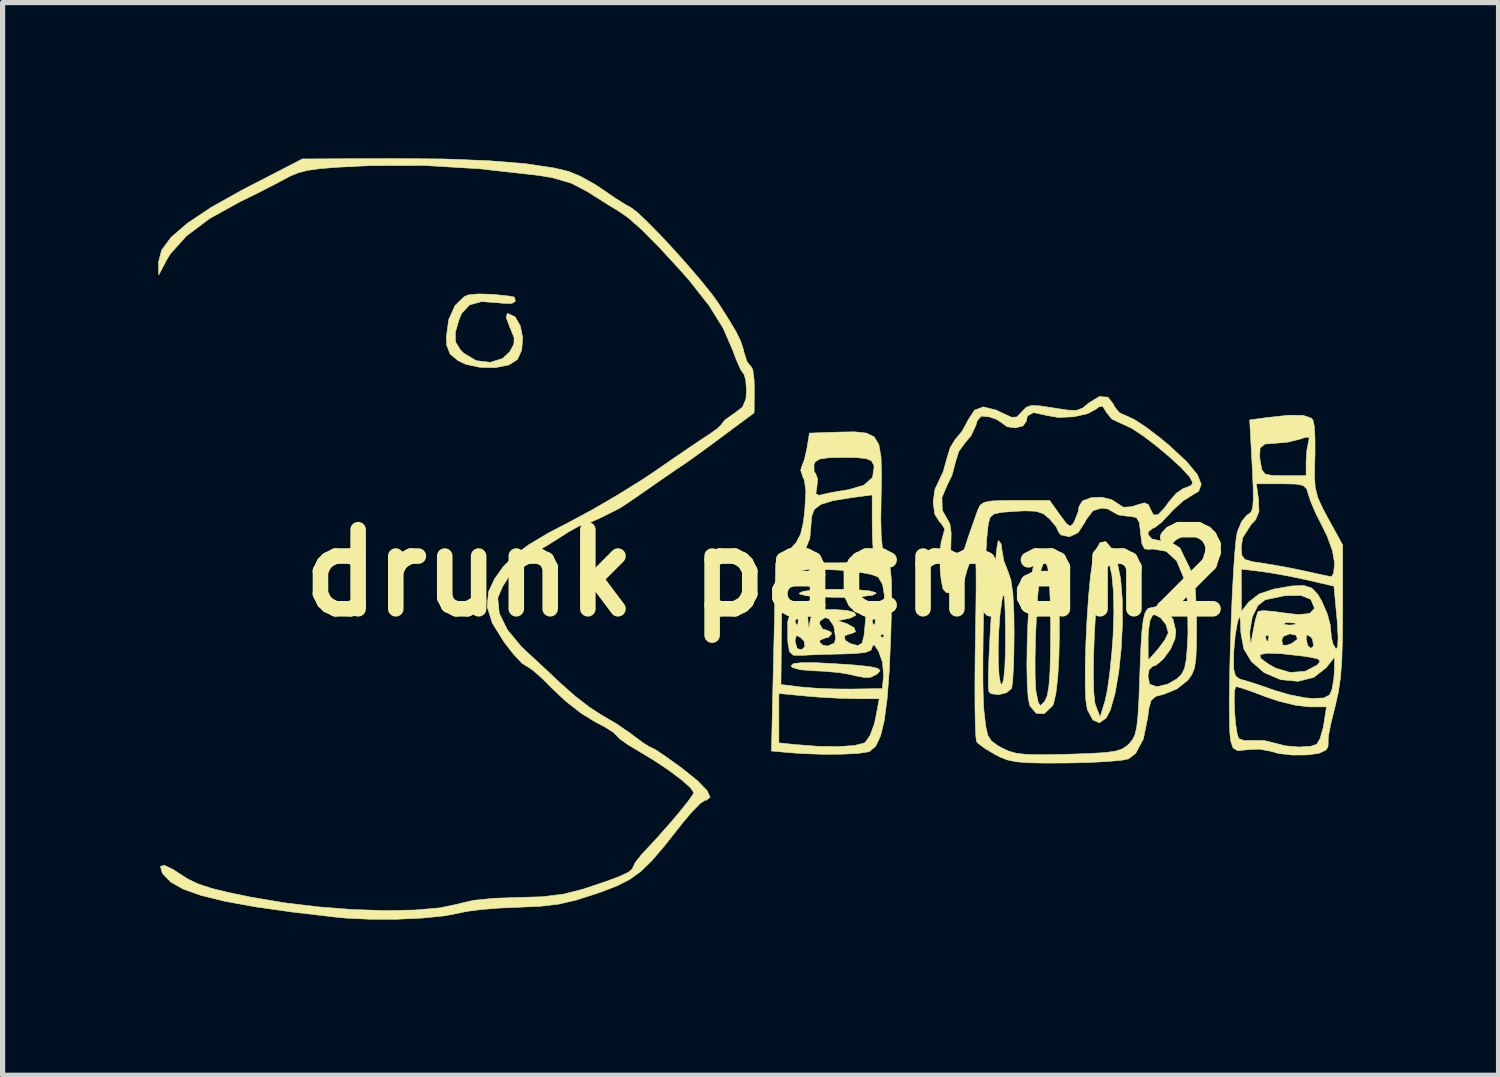
<source format=kicad_pcb>
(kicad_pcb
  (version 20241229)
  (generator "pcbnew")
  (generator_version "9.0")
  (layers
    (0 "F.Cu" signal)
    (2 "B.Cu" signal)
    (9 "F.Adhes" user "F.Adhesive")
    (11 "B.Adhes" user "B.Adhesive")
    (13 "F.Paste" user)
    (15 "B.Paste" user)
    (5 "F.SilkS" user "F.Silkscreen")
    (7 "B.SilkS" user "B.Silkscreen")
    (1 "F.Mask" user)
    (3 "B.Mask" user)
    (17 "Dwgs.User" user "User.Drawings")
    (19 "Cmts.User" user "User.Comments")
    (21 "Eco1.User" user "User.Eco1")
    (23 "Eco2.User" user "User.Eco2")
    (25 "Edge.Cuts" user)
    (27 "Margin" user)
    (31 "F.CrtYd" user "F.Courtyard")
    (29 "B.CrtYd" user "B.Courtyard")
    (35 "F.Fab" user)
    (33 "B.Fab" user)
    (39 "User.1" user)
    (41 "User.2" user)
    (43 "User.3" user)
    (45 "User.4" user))
  (footprint "drunk pacman2"
    (layer "F.Cu")
    (at 11.725 7.992)
    (property "Reference" "drunk pacman2" (at 0 0 0) (layer "F.SilkS") (effects (font (size 1.524 1.524) (thickness 0.3))))
    (attr through_hole)
    (fp_poly (pts (xy 1.718 0.32) (xy 1.969 0.342) (xy 2.098 0.375) (xy 2.11 0.391) (xy 2.036 0.428) (xy 1.83 0.454) (xy 1.516 0.468) (xy 1.368 0.469) (xy 1.017 0.461) (xy 0.766 0.439) (xy 0.637 0.406) (xy 0.625 0.391) (xy 0.699 0.354) (xy 0.905 0.327) (xy 1.22 0.314) (xy 1.368 0.313) (xy 1.718 0.32)) (stroke (width 0.01) (type solid)) (fill yes) (layer "F.SilkS"))
    (fp_poly (pts (xy 0.96 1.729) (xy 1.303 1.747) (xy 1.717 1.775) (xy 1.991 1.804) (xy 2.142 1.838) (xy 2.185 1.881) (xy 2.138 1.937) (xy 2.108 1.957) (xy 2.006 2.008) (xy 1.891 2.015) (xy 1.706 1.98) (xy 1.602 1.954) (xy 1.39 1.918) (xy 1.101 1.893) (xy 0.918 1.885) (xy 0.642 1.864) (xy 0.492 1.819) (xy 0.469 1.786) (xy 0.518 1.745) (xy 0.676 1.727) (xy 0.96 1.729)) (stroke (width 0.01) (type solid)) (fill yes) (layer "F.SilkS"))
    (fp_poly (pts (xy -5.28 -5.37) (xy -4.99 -5.34) (xy -4.865 -5.318) (xy -4.846 -5.253) (xy -4.846 -5.235) (xy -4.915 -5.193) (xy -5.106 -5.199) (xy -5.154 -5.206) (xy -5.496 -5.23) (xy -5.728 -5.166) (xy -5.878 -5.004) (xy -5.923 -4.901) (xy -6.001 -4.636) (xy -5.997 -4.453) (xy -5.903 -4.3) (xy -5.837 -4.234) (xy -5.597 -4.092) (xy -5.33 -4.059) (xy -5.089 -4.134) (xy -4.952 -4.264) (xy -4.872 -4.41) (xy -4.868 -4.534) (xy -4.94 -4.714) (xy -4.949 -4.733) (xy -5.021 -4.925) (xy -4.999 -5.001) (xy -4.99 -5.002) (xy -4.847 -4.934) (xy -4.748 -4.761) (xy -4.703 -4.532) (xy -4.722 -4.296) (xy -4.803 -4.115) (xy -4.968 -4.01) (xy -5.226 -3.958) (xy -5.521 -3.962) (xy -5.802 -4.023) (xy -5.946 -4.091) (xy -6.102 -4.221) (xy -6.166 -4.385) (xy -6.174 -4.544) (xy -6.129 -4.88) (xy -6.007 -5.153) (xy -5.828 -5.327) (xy -5.746 -5.36) (xy -5.555 -5.378) (xy -5.28 -5.37)) (stroke (width 0.01) (type solid)) (fill yes) (layer "F.SilkS"))
    (fp_poly (pts (xy 4.517 -0.559) (xy 4.533 -0.439) (xy 4.569 -0.234) (xy 4.65 -0.028) (xy 4.706 0.138) (xy 4.743 0.395) (xy 4.763 0.767) (xy 4.767 1.146) (xy 4.763 1.526) (xy 4.753 1.855) (xy 4.738 2.099) (xy 4.72 2.221) (xy 4.623 2.306) (xy 4.466 2.345) (xy 4.324 2.326) (xy 4.28 2.286) (xy 4.27 2.182) (xy 4.272 1.957) (xy 4.282 1.642) (xy 4.292 1.444) (xy 4.461 1.444) (xy 4.464 1.741) (xy 4.478 1.98) (xy 4.504 2.124) (xy 4.533 2.149) (xy 4.565 2.053) (xy 4.588 1.825) (xy 4.6 1.491) (xy 4.601 1.148) (xy 4.595 0.764) (xy 4.586 0.526) (xy 4.571 0.423) (xy 4.551 0.444) (xy 4.529 0.547) (xy 4.494 0.812) (xy 4.472 1.123) (xy 4.461 1.444) (xy 4.292 1.444) (xy 4.3 1.266) (xy 4.324 0.859) (xy 4.351 0.45) (xy 4.381 0.068) (xy 4.41 -0.256) (xy 4.437 -0.494) (xy 4.46 -0.616) (xy 4.467 -0.625) (xy 4.517 -0.559)) (stroke (width 0.01) (type solid)) (fill yes) (layer "F.SilkS"))
    (fp_poly (pts (xy 6.645 -0.475) (xy 6.756 -0.2) (xy 6.82 0.116) (xy 6.852 0.523) (xy 6.855 0.983) (xy 6.83 1.461) (xy 6.782 1.921) (xy 6.711 2.325) (xy 6.622 2.638) (xy 6.541 2.794) (xy 6.411 2.887) (xy 6.285 2.832) (xy 6.179 2.634) (xy 6.176 2.624) (xy 6.149 2.447) (xy 6.137 2.148) (xy 6.138 2.007) (xy 6.295 2.007) (xy 6.303 2.308) (xy 6.324 2.506) (xy 6.335 2.545) (xy 6.425 2.774) (xy 6.522 2.456) (xy 6.566 2.248) (xy 6.61 1.93) (xy 6.649 1.549) (xy 6.673 1.226) (xy 6.689 0.762) (xy 6.681 0.36) (xy 6.651 0.04) (xy 6.602 -0.178) (xy 6.536 -0.275) (xy 6.477 -0.256) (xy 6.437 -0.142) (xy 6.399 0.095) (xy 6.364 0.424) (xy 6.335 0.812) (xy 6.312 1.226) (xy 6.298 1.636) (xy 6.295 2.007) (xy 6.138 2.007) (xy 6.138 1.764) (xy 6.151 1.327) (xy 6.173 0.874) (xy 6.203 0.438) (xy 6.24 0.053) (xy 6.282 -0.244) (xy 6.322 -0.41) (xy 6.424 -0.586) (xy 6.533 -0.607) (xy 6.645 -0.475)) (stroke (width 0.01) (type solid)) (fill yes) (layer "F.SilkS"))
    (fp_poly (pts (xy 5.475 -0.374) (xy 5.504 -0.346) (xy 5.556 -0.216) (xy 5.595 0.037) (xy 5.622 0.381) (xy 5.637 0.783) (xy 5.639 1.21) (xy 5.63 1.63) (xy 5.608 2.009) (xy 5.573 2.316) (xy 5.527 2.518) (xy 5.505 2.562) (xy 5.347 2.711) (xy 5.196 2.706) (xy 5.072 2.563) (xy 5.039 2.417) (xy 5.02 2.149) (xy 5.013 1.795) (xy 5.015 1.638) (xy 5.171 1.638) (xy 5.172 1.987) (xy 5.184 2.24) (xy 5.193 2.31) (xy 5.234 2.499) (xy 5.274 2.554) (xy 5.336 2.498) (xy 5.361 2.465) (xy 5.406 2.363) (xy 5.437 2.183) (xy 5.458 1.906) (xy 5.468 1.511) (xy 5.471 1.084) (xy 5.464 0.552) (xy 5.446 0.156) (xy 5.416 -0.101) (xy 5.376 -0.214) (xy 5.326 -0.178) (xy 5.284 -0.058) (xy 5.251 0.136) (xy 5.222 0.445) (xy 5.198 0.826) (xy 5.18 1.238) (xy 5.171 1.638) (xy 5.015 1.638) (xy 5.018 1.387) (xy 5.033 0.961) (xy 5.057 0.55) (xy 5.09 0.189) (xy 5.129 -0.087) (xy 5.161 -0.215) (xy 5.25 -0.408) (xy 5.346 -0.458) (xy 5.475 -0.374)) (stroke (width 0.01) (type solid)) (fill yes) (layer "F.SilkS"))
    (fp_poly (pts (xy -6.228 -7.979) (xy -5.371 -7.946) (xy -4.661 -7.889) (xy -4.101 -7.806) (xy -3.815 -7.738) (xy -3.587 -7.643) (xy -3.314 -7.491) (xy -3.151 -7.383) (xy -2.918 -7.223) (xy -2.715 -7.095) (xy -2.618 -7.043) (xy -2.499 -6.954) (xy -2.305 -6.771) (xy -2.059 -6.521) (xy -1.787 -6.229) (xy -1.513 -5.922) (xy -1.261 -5.627) (xy -1.054 -5.37) (xy -0.93 -5.197) (xy -0.727 -4.878) (xy -0.593 -4.654) (xy -0.51 -4.487) (xy -0.46 -4.344) (xy -0.434 -4.239) (xy -0.377 -4.067) (xy -0.312 -3.987) (xy -0.306 -3.986) (xy -0.268 -3.915) (xy -0.244 -3.732) (xy -0.239 -3.536) (xy -0.243 -3.087) (xy -0.874 -2.618) (xy -1.155 -2.41) (xy -1.4 -2.233) (xy -1.574 -2.109) (xy -1.631 -2.071) (xy -1.755 -1.989) (xy -1.963 -1.846) (xy -2.216 -1.67) (xy -2.257 -1.641) (xy -2.506 -1.468) (xy -2.71 -1.329) (xy -2.832 -1.25) (xy -2.843 -1.244) (xy -3.189 -1.07) (xy -3.414 -0.97) (xy -3.53 -0.938) (xy -3.631 -0.897) (xy -3.819 -0.792) (xy -4.02 -0.664) (xy -4.247 -0.521) (xy -4.429 -0.422) (xy -4.515 -0.391) (xy -4.633 -0.328) (xy -4.79 -0.169) (xy -4.953 0.043) (xy -5.093 0.267) (xy -5.175 0.46) (xy -5.182 0.493) (xy -5.154 0.776) (xy -4.998 1.094) (xy -4.728 1.42) (xy -4.637 1.507) (xy -4.471 1.659) (xy -4.239 1.875) (xy -3.987 2.112) (xy -3.958 2.139) (xy -3.691 2.374) (xy -3.417 2.586) (xy -3.192 2.732) (xy -3.176 2.741) (xy -2.897 2.905) (xy -2.618 3.096) (xy -2.568 3.135) (xy -2.388 3.269) (xy -2.258 3.35) (xy -2.229 3.361) (xy -2.145 3.404) (xy -1.97 3.521) (xy -1.734 3.689) (xy -1.634 3.762) (xy -1.331 4.006) (xy -1.148 4.195) (xy -1.091 4.321) (xy -1.165 4.379) (xy -1.192 4.381) (xy -1.283 4.441) (xy -1.437 4.597) (xy -1.623 4.817) (xy -1.664 4.87) (xy -1.971 5.259) (xy -2.216 5.545) (xy -2.429 5.752) (xy -2.64 5.904) (xy -2.877 6.025) (xy -3.172 6.14) (xy -3.283 6.178) (xy -3.676 6.304) (xy -4.015 6.382) (xy -4.369 6.423) (xy -4.789 6.441) (xy -5.164 6.457) (xy -5.514 6.486) (xy -5.787 6.522) (xy -5.887 6.544) (xy -6.204 6.606) (xy -6.631 6.649) (xy -7.122 6.672) (xy -7.631 6.673) (xy -8.112 6.65) (xy -8.284 6.634) (xy -9.147 6.533) (xy -9.864 6.431) (xy -10.446 6.325) (xy -10.903 6.212) (xy -11.246 6.09) (xy -11.485 5.955) (xy -11.631 5.806) (xy -11.65 5.774) (xy -11.683 5.654) (xy -11.609 5.632) (xy -11.443 5.71) (xy -11.335 5.781) (xy -11.153 5.898) (xy -10.954 5.992) (xy -10.705 6.075) (xy -10.368 6.157) (xy -9.939 6.246) (xy -9.3 6.354) (xy -8.635 6.434) (xy -7.973 6.485) (xy -7.342 6.505) (xy -6.774 6.494) (xy -6.296 6.452) (xy -5.94 6.377) (xy -5.914 6.368) (xy -5.643 6.307) (xy -5.258 6.268) (xy -4.812 6.253) (xy -4.318 6.238) (xy -3.918 6.188) (xy -3.552 6.095) (xy -3.522 6.086) (xy -3.112 5.949) (xy -2.832 5.845) (xy -2.664 5.765) (xy -2.588 5.701) (xy -2.579 5.671) (xy -2.529 5.572) (xy -2.404 5.416) (xy -2.349 5.358) (xy -2.118 5.11) (xy -1.886 4.848) (xy -1.676 4.6) (xy -1.512 4.395) (xy -1.419 4.262) (xy -1.407 4.231) (xy -1.47 4.137) (xy -1.638 3.987) (xy -1.884 3.803) (xy -2.176 3.608) (xy -2.442 3.448) (xy -2.671 3.31) (xy -2.833 3.196) (xy -2.892 3.133) (xy -2.956 3.069) (xy -3.123 2.965) (xy -3.302 2.871) (xy -3.57 2.706) (xy -3.87 2.473) (xy -4.126 2.233) (xy -4.335 2.024) (xy -4.512 1.869) (xy -4.623 1.795) (xy -4.634 1.793) (xy -4.723 1.732) (xy -4.871 1.574) (xy -5.045 1.353) (xy -5.06 1.332) (xy -5.288 0.965) (xy -5.387 0.65) (xy -5.36 0.359) (xy -5.247 0.117) (xy -5.076 -0.124) (xy -4.866 -0.337) (xy -4.589 -0.543) (xy -4.218 -0.765) (xy -3.801 -0.983) (xy -3.358 -1.221) (xy -2.868 -1.507) (xy -2.401 -1.797) (xy -2.149 -1.965) (xy -1.818 -2.194) (xy -1.51 -2.404) (xy -1.26 -2.573) (xy -1.114 -2.668) (xy -0.951 -2.784) (xy -0.864 -2.87) (xy -0.86 -2.883) (xy -0.799 -2.954) (xy -0.651 -3.059) (xy -0.625 -3.075) (xy -0.465 -3.199) (xy -0.4 -3.357) (xy -0.391 -3.515) (xy -0.404 -3.714) (xy -0.438 -3.832) (xy -0.449 -3.843) (xy -0.505 -3.925) (xy -0.587 -4.111) (xy -0.657 -4.298) (xy -0.841 -4.72) (xy -1.11 -5.153) (xy -1.484 -5.628) (xy -1.641 -5.808) (xy -2.059 -6.263) (xy -2.395 -6.604) (xy -2.662 -6.84) (xy -2.853 -6.974) (xy -3.057 -7.098) (xy -3.315 -7.26) (xy -3.449 -7.346) (xy -3.766 -7.512) (xy -4.136 -7.619) (xy -4.387 -7.661) (xy -5.539 -7.79) (xy -6.595 -7.853) (xy -7.6 -7.851) (xy -7.806 -7.843) (xy -8.268 -7.819) (xy -8.605 -7.793) (xy -8.85 -7.758) (xy -9.033 -7.711) (xy -9.187 -7.647) (xy -9.252 -7.612) (xy -9.482 -7.489) (xy -9.791 -7.331) (xy -10.118 -7.17) (xy -10.158 -7.15) (xy -10.735 -6.831) (xy -11.184 -6.494) (xy -11.492 -6.15) (xy -11.565 -6.031) (xy -11.716 -5.744) (xy -11.72 -5.991) (xy -11.661 -6.222) (xy -11.477 -6.471) (xy -11.159 -6.744) (xy -10.704 -7.047) (xy -10.104 -7.383) (xy -9.982 -7.446) (xy -8.949 -7.979) (xy -7.229 -7.987) (xy -6.228 -7.979)) (stroke (width 0.01) (type solid)) (fill yes) (layer "F.SilkS"))
    (fp_poly (pts (xy 1.919 -2.697) (xy 2.071 -2.623) (xy 2.161 -2.475) (xy 2.203 -2.233) (xy 2.212 -1.875) (xy 2.205 -1.483) (xy 2.199 -1.04) (xy 2.206 -0.725) (xy 2.227 -0.509) (xy 2.265 -0.363) (xy 2.307 -0.282) (xy 2.354 -0.188) (xy 2.385 -0.057) (xy 2.402 0.137) (xy 2.407 0.418) (xy 2.401 0.812) (xy 2.391 1.184) (xy 2.362 1.877) (xy 2.32 2.426) (xy 2.265 2.843) (xy 2.192 3.143) (xy 2.1 3.336) (xy 1.987 3.435) (xy 1.954 3.447) (xy 1.753 3.477) (xy 1.442 3.492) (xy 1.068 3.493) (xy 0.676 3.479) (xy 0.417 3.46) (xy 0.091 3.43) (xy 0.095 3.273) (xy 0.234 3.273) (xy 0.528 3.304) (xy 0.984 3.339) (xy 1.381 3.345) (xy 1.689 3.324) (xy 1.878 3.276) (xy 1.899 3.263) (xy 1.991 3.131) (xy 2.073 2.909) (xy 2.099 2.794) (xy 2.168 2.423) (xy 1.729 2.422) (xy 1.403 2.414) (xy 1.021 2.393) (xy 0.762 2.372) (xy 0.234 2.322) (xy 0.234 3.273) (xy 0.095 3.273) (xy 0.12 2.149) (xy 0.274 2.149) (xy 0.664 2.197) (xy 0.948 2.22) (xy 1.308 2.234) (xy 1.641 2.236) (xy 2.227 2.227) (xy 2.252 1.977) (xy 2.231 1.722) (xy 2.157 1.509) (xy 2.073 1.384) (xy 2.036 1.401) (xy 2.035 1.419) (xy 2.008 1.488) (xy 1.909 1.529) (xy 1.708 1.552) (xy 1.465 1.56) (xy 1.146 1.568) (xy 0.857 1.578) (xy 0.664 1.587) (xy 0.512 1.584) (xy 0.439 1.518) (xy 0.409 1.347) (xy 0.407 1.319) (xy 0.547 1.319) (xy 0.586 1.457) (xy 0.673 1.478) (xy 0.737 1.416) (xy 0.721 1.316) (xy 0.663 1.25) (xy 0.574 1.2) (xy 0.548 1.282) (xy 0.547 1.319) (xy 0.407 1.319) (xy 0.405 1.297) (xy 0.404 0.938) (xy 0.547 0.938) (xy 0.576 1.002) (xy 0.599 0.99) (xy 0.609 0.897) (xy 0.599 0.886) (xy 0.553 0.896) (xy 0.547 0.938) (xy 0.404 0.938) (xy 0.404 0.937) (xy 0.472 0.712) (xy 0.607 0.626) (xy 0.627 0.625) (xy 0.74 0.663) (xy 0.787 0.801) (xy 0.793 0.879) (xy 0.803 1.039) (xy 0.815 1.049) (xy 0.827 0.977) (xy 1.016 0.977) (xy 1.079 1.081) (xy 1.133 1.094) (xy 1.237 1.136) (xy 1.25 1.172) (xy 1.187 1.242) (xy 1.133 1.25) (xy 1.029 1.293) (xy 1.016 1.329) (xy 1.081 1.392) (xy 1.172 1.407) (xy 1.304 1.351) (xy 1.329 1.257) (xy 1.292 1.019) (xy 1.196 0.881) (xy 1.125 0.86) (xy 1.029 0.922) (xy 1.016 0.977) (xy 0.827 0.977) (xy 0.838 0.918) (xy 0.867 0.795) (xy 0.935 0.731) (xy 1.084 0.707) (xy 1.295 0.703) (xy 1.542 0.72) (xy 1.689 0.76) (xy 1.719 0.813) (xy 1.615 0.867) (xy 1.544 0.883) (xy 1.368 0.918) (xy 1.544 0.976) (xy 1.683 1.053) (xy 1.713 1.131) (xy 1.622 1.172) (xy 1.602 1.172) (xy 1.497 1.212) (xy 1.512 1.296) (xy 1.609 1.359) (xy 1.756 1.399) (xy 1.838 1.353) (xy 1.873 1.211) (xy 2.188 1.211) (xy 2.227 1.25) (xy 2.266 1.211) (xy 2.227 1.172) (xy 2.188 1.211) (xy 1.873 1.211) (xy 1.877 1.195) (xy 1.891 1.036) (xy 1.901 0.938) (xy 2.032 0.938) (xy 2.061 1.002) (xy 2.084 0.99) (xy 2.093 0.897) (xy 2.084 0.886) (xy 2.038 0.896) (xy 2.032 0.938) (xy 1.901 0.938) (xy 1.914 0.81) (xy 1.96 0.701) (xy 2.05 0.67) (xy 2.091 0.671) (xy 2.214 0.649) (xy 2.261 0.542) (xy 2.266 0.426) (xy 2.232 0.22) (xy 2.149 0.078) (xy 2.021 0.029) (xy 1.78 -0.016) (xy 1.471 -0.05) (xy 1.348 -0.058) (xy 1.005 -0.073) (xy 0.778 -0.067) (xy 0.628 -0.035) (xy 0.513 0.027) (xy 0.478 0.054) (xy 0.4 0.126) (xy 0.348 0.212) (xy 0.314 0.341) (xy 0.296 0.544) (xy 0.287 0.851) (xy 0.283 1.177) (xy 0.274 2.149) (xy 0.12 2.149) (xy 0.132 1.618) (xy 0.174 -0.195) (xy 0.241 -0.259) (xy 0.518 -0.259) (xy 0.52 -0.227) (xy 0.613 -0.207) (xy 0.816 -0.198) (xy 1.15 -0.195) (xy 1.257 -0.195) (xy 1.642 -0.199) (xy 1.892 -0.212) (xy 2.029 -0.237) (xy 2.075 -0.277) (xy 2.072 -0.299) (xy 2.052 -0.426) (xy 2.038 -0.659) (xy 2.032 -0.949) (xy 2.032 -0.954) (xy 2.032 -1.505) (xy 1.638 -1.453) (xy 1.276 -1.394) (xy 1.044 -1.323) (xy 0.915 -1.225) (xy 0.864 -1.083) (xy 0.859 -0.998) (xy 0.831 -0.669) (xy 0.743 -0.45) (xy 0.586 -0.308) (xy 0.518 -0.259) (xy 0.241 -0.259) (xy 0.426 -0.434) (xy 0.568 -0.587) (xy 0.653 -0.748) (xy 0.705 -0.971) (xy 0.733 -1.204) (xy 0.754 -1.573) (xy 0.725 -1.794) (xy 0.7 -1.841) (xy 0.654 -1.981) (xy 0.673 -2.045) (xy 0.69 -2.091) (xy 0.91 -2.091) (xy 0.913 -1.954) (xy 0.945 -1.91) (xy 0.982 -1.81) (xy 0.967 -1.667) (xy 0.947 -1.527) (xy 1.006 -1.497) (xy 1.064 -1.511) (xy 1.231 -1.548) (xy 1.474 -1.59) (xy 1.568 -1.604) (xy 1.869 -1.691) (xy 2.039 -1.841) (xy 2.069 -2.049) (xy 2.062 -2.082) (xy 2.02 -2.16) (xy 1.921 -2.204) (xy 1.729 -2.224) (xy 1.485 -2.227) (xy 1.192 -2.221) (xy 1.02 -2.196) (xy 0.935 -2.144) (xy 0.91 -2.091) (xy 0.69 -2.091) (xy 0.726 -2.186) (xy 0.774 -2.398) (xy 0.778 -2.42) (xy 0.823 -2.696) (xy 1.369 -2.715) (xy 1.69 -2.721) (xy 1.919 -2.697)) (stroke (width 0.01) (type solid)) (fill yes) (layer "F.SilkS"))
    (fp_poly (pts (xy 10.339 -3.037) (xy 10.492 -2.985) (xy 10.525 -2.95) (xy 10.551 -2.831) (xy 10.565 -2.599) (xy 10.566 -2.299) (xy 10.563 -2.206) (xy 10.555 -1.876) (xy 10.57 -1.644) (xy 10.621 -1.448) (xy 10.721 -1.231) (xy 10.818 -1.051) (xy 11.098 -0.542) (xy 11.098 0.747) (xy 11.094 1.281) (xy 11.081 1.695) (xy 11.055 2.026) (xy 11.013 2.307) (xy 10.952 2.576) (xy 10.938 2.63) (xy 10.868 2.914) (xy 10.825 3.136) (xy 10.817 3.256) (xy 10.821 3.266) (xy 10.814 3.351) (xy 10.775 3.412) (xy 10.644 3.474) (xy 10.413 3.506) (xy 10.137 3.508) (xy 9.87 3.479) (xy 9.7 3.432) (xy 9.489 3.394) (xy 9.254 3.406) (xy 9.074 3.425) (xy 8.986 3.37) (xy 8.94 3.237) (xy 8.924 3.08) (xy 8.916 2.796) (xy 8.915 2.432) (xy 9.008 2.432) (xy 9.015 2.663) (xy 9.035 2.901) (xy 9.065 3.096) (xy 9.096 3.19) (xy 9.195 3.228) (xy 9.355 3.225) (xy 9.596 3.23) (xy 9.769 3.272) (xy 9.995 3.33) (xy 10.257 3.353) (xy 10.486 3.338) (xy 10.598 3.301) (xy 10.662 3.193) (xy 10.72 2.993) (xy 10.735 2.911) (xy 10.787 2.579) (xy 10.449 2.579) (xy 10.195 2.549) (xy 9.875 2.472) (xy 9.613 2.384) (xy 9.352 2.285) (xy 9.147 2.215) (xy 9.043 2.188) (xy 9.016 2.258) (xy 9.008 2.432) (xy 8.915 2.432) (xy 8.915 2.413) (xy 8.921 1.958) (xy 8.929 1.613) (xy 8.997 1.613) (xy 8.999 1.853) (xy 9.032 1.982) (xy 9.112 2.041) (xy 9.164 2.057) (xy 9.334 2.107) (xy 9.585 2.19) (xy 9.769 2.256) (xy 10.073 2.346) (xy 10.377 2.405) (xy 10.522 2.417) (xy 10.737 2.407) (xy 10.846 2.35) (xy 10.892 2.247) (xy 10.929 2.032) (xy 10.94 1.846) (xy 10.942 1.62) (xy 10.782 1.823) (xy 10.543 2.011) (xy 10.238 2.087) (xy 9.906 2.056) (xy 9.587 1.92) (xy 9.342 1.708) (xy 9.26 1.573) (xy 9.506 1.573) (xy 9.515 1.642) (xy 9.664 1.753) (xy 9.808 1.834) (xy 10.088 1.916) (xy 10.376 1.894) (xy 10.607 1.774) (xy 10.619 1.763) (xy 10.663 1.695) (xy 10.61 1.651) (xy 10.434 1.616) (xy 10.346 1.603) (xy 9.918 1.555) (xy 9.639 1.545) (xy 9.506 1.573) (xy 9.26 1.573) (xy 9.193 1.461) (xy 9.144 1.196) (xy 9.31 1.196) (xy 9.319 1.332) (xy 9.333 1.333) (xy 9.35 1.25) (xy 9.613 1.25) (xy 9.642 1.315) (xy 9.665 1.303) (xy 9.666 1.29) (xy 9.926 1.29) (xy 9.94 1.388) (xy 10.018 1.393) (xy 10.115 1.359) (xy 10.228 1.275) (xy 10.223 1.261) (xy 10.394 1.261) (xy 10.423 1.394) (xy 10.485 1.454) (xy 10.538 1.405) (xy 10.517 1.276) (xy 10.481 1.228) (xy 10.409 1.19) (xy 10.394 1.261) (xy 10.223 1.261) (xy 10.2 1.198) (xy 10.082 1.172) (xy 9.955 1.221) (xy 9.926 1.29) (xy 9.666 1.29) (xy 9.674 1.21) (xy 9.665 1.198) (xy 9.619 1.209) (xy 9.613 1.25) (xy 9.35 1.25) (xy 9.361 1.191) (xy 9.374 1.115) (xy 9.398 0.993) (xy 9.974 0.993) (xy 10.082 1.004) (xy 10.193 0.991) (xy 10.18 0.964) (xy 10.02 0.954) (xy 9.984 0.964) (xy 9.974 0.993) (xy 9.398 0.993) (xy 9.417 0.901) (xy 9.46 0.76) (xy 9.473 0.739) (xy 9.57 0.725) (xy 9.767 0.74) (xy 9.898 0.76) (xy 10.25 0.802) (xy 10.465 0.779) (xy 10.549 0.69) (xy 10.551 0.668) (xy 10.485 0.508) (xy 10.294 0.431) (xy 9.983 0.437) (xy 9.605 0.516) (xy 9.464 0.627) (xy 9.358 0.843) (xy 9.31 1.115) (xy 9.31 1.196) (xy 9.144 1.196) (xy 9.137 1.155) (xy 9.135 1.108) (xy 9.127 0.9) (xy 9.113 0.837) (xy 9.085 0.903) (xy 9.066 0.977) (xy 9.028 1.198) (xy 9.002 1.484) (xy 8.997 1.613) (xy 8.929 1.613) (xy 8.933 1.462) (xy 8.949 0.952) (xy 8.969 0.458) (xy 8.993 0.006) (xy 8.998 -0.075) (xy 9.144 -0.075) (xy 9.146 0.334) (xy 9.147 0.742) (xy 9.289 0.559) (xy 9.493 0.401) (xy 9.776 0.308) (xy 10.121 0.249) (xy 10.352 0.241) (xy 10.505 0.291) (xy 10.619 0.411) (xy 10.699 0.549) (xy 10.801 0.786) (xy 10.859 0.998) (xy 10.863 1.051) (xy 10.884 1.255) (xy 10.912 1.365) (xy 10.969 1.466) (xy 11.002 1.422) (xy 11.01 1.24) (xy 10.993 0.929) (xy 10.984 0.833) (xy 10.93 0.253) (xy 10.408 0.133) (xy 10.071 0.062) (xy 9.731 0.00047) (xy 9.515 -0.031) (xy 9.144 -0.075) (xy 8.998 -0.075) (xy 9.018 -0.374) (xy 9.03 -0.499) (xy 9.144 -0.499) (xy 9.154 -0.344) (xy 9.212 -0.262) (xy 9.357 -0.218) (xy 9.515 -0.195) (xy 9.809 -0.148) (xy 10.156 -0.083) (xy 10.355 -0.041) (xy 10.612 0.016) (xy 10.805 0.057) (xy 10.883 0.071) (xy 10.922 0.007) (xy 10.941 -0.159) (xy 10.942 -0.197) (xy 10.901 -0.432) (xy 10.794 -0.723) (xy 10.716 -0.88) (xy 10.583 -1.143) (xy 10.48 -1.384) (xy 10.441 -1.504) (xy 10.404 -1.623) (xy 10.335 -1.687) (xy 10.194 -1.714) (xy 9.941 -1.719) (xy 9.914 -1.719) (xy 9.436 -1.719) (xy 9.477 -1.413) (xy 9.486 -1.184) (xy 9.421 -1.027) (xy 9.331 -0.93) (xy 9.171 -0.68) (xy 9.144 -0.499) (xy 9.03 -0.499) (xy 9.044 -0.653) (xy 9.068 -0.793) (xy 9.151 -0.993) (xy 9.255 -1.117) (xy 9.275 -1.128) (xy 9.329 -1.166) (xy 9.363 -1.25) (xy 9.376 -1.407) (xy 9.373 -1.663) (xy 9.356 -2.047) (xy 9.355 -2.063) (xy 9.345 -2.24) (xy 9.499 -2.24) (xy 9.514 -2.13) (xy 9.544 -1.983) (xy 9.604 -1.908) (xy 9.738 -1.88) (xy 9.973 -1.876) (xy 10.394 -1.876) (xy 10.394 -2.143) (xy 10.408 -2.365) (xy 10.441 -2.531) (xy 10.442 -2.535) (xy 10.455 -2.616) (xy 10.377 -2.614) (xy 10.281 -2.581) (xy 10.048 -2.523) (xy 9.808 -2.501) (xy 9.6 -2.485) (xy 9.507 -2.41) (xy 9.499 -2.24) (xy 9.345 -2.24) (xy 9.307 -2.95) (xy 9.666 -2.999) (xy 10.069 -3.041) (xy 10.339 -3.037)) (stroke (width 0.01) (type solid)) (fill yes) (layer "F.SilkS"))
    (fp_poly (pts (xy 6.576 -3.388) (xy 6.687 -3.244) (xy 6.696 -3.212) (xy 6.796 -3.088) (xy 6.943 -3.023) (xy 7.089 -2.955) (xy 7.315 -2.806) (xy 7.583 -2.602) (xy 7.757 -2.457) (xy 8.094 -2.144) (xy 8.298 -1.898) (xy 8.373 -1.711) (xy 8.324 -1.575) (xy 8.184 -1.491) (xy 8.025 -1.391) (xy 7.836 -1.219) (xy 7.765 -1.142) (xy 7.605 -0.975) (xy 7.475 -0.874) (xy 7.435 -0.86) (xy 7.356 -0.797) (xy 7.346 -0.747) (xy 7.42 -0.657) (xy 7.632 -0.61) (xy 7.836 -0.564) (xy 7.962 -0.483) (xy 7.97 -0.469) (xy 8.04 -0.322) (xy 8.141 -0.118) (xy 8.154 -0.091) (xy 8.219 0.089) (xy 8.26 0.338) (xy 8.28 0.686) (xy 8.284 1.018) (xy 8.281 1.401) (xy 8.269 1.662) (xy 8.241 1.836) (xy 8.191 1.959) (xy 8.114 2.065) (xy 8.107 2.073) (xy 7.903 2.234) (xy 7.659 2.334) (xy 7.658 2.334) (xy 7.494 2.378) (xy 7.408 2.455) (xy 7.364 2.61) (xy 7.343 2.777) (xy 7.258 3.197) (xy 7.109 3.475) (xy 6.973 3.581) (xy 6.848 3.607) (xy 6.6 3.63) (xy 6.262 3.649) (xy 5.869 3.66) (xy 5.783 3.661) (xy 5.344 3.663) (xy 5.029 3.656) (xy 4.803 3.637) (xy 4.635 3.601) (xy 4.491 3.544) (xy 4.416 3.506) (xy 4.213 3.386) (xy 4.072 3.281) (xy 4.045 3.252) (xy 4.03 3.152) (xy 4.019 2.919) (xy 4.013 2.575) (xy 4.012 2.143) (xy 4.015 1.659) (xy 4.166 1.659) (xy 4.166 2.102) (xy 4.174 2.455) (xy 4.186 2.654) (xy 4.219 2.946) (xy 4.26 3.126) (xy 4.33 3.238) (xy 4.449 3.324) (xy 4.524 3.366) (xy 4.66 3.431) (xy 4.808 3.473) (xy 5.002 3.496) (xy 5.276 3.502) (xy 5.661 3.496) (xy 5.808 3.492) (xy 6.227 3.478) (xy 6.52 3.46) (xy 6.716 3.433) (xy 6.845 3.393) (xy 6.937 3.333) (xy 6.98 3.293) (xy 7.047 3.215) (xy 7.095 3.118) (xy 7.129 2.974) (xy 7.153 2.757) (xy 7.172 2.439) (xy 7.188 1.996) (xy 7.19 1.941) (xy 7.208 1.471) (xy 7.22 1.275) (xy 7.349 1.275) (xy 7.351 1.68) (xy 7.544 1.461) (xy 7.671 1.292) (xy 7.735 1.159) (xy 7.737 1.144) (xy 7.693 0.993) (xy 7.59 0.862) (xy 7.476 0.804) (xy 7.436 0.813) (xy 7.385 0.918) (xy 7.354 1.125) (xy 7.349 1.275) (xy 7.22 1.275) (xy 7.229 1.135) (xy 7.255 0.909) (xy 7.289 0.77) (xy 7.335 0.696) (xy 7.355 0.68) (xy 7.536 0.64) (xy 7.704 0.723) (xy 7.829 0.892) (xy 7.883 1.116) (xy 7.867 1.269) (xy 7.781 1.467) (xy 7.646 1.653) (xy 7.503 1.776) (xy 7.435 1.798) (xy 7.368 1.864) (xy 7.346 1.993) (xy 7.379 2.142) (xy 7.506 2.188) (xy 7.533 2.188) (xy 7.731 2.14) (xy 7.904 2.039) (xy 7.993 1.952) (xy 8.05 1.841) (xy 8.085 1.669) (xy 8.106 1.4) (xy 8.117 1.166) (xy 8.11 0.561) (xy 8.037 0.095) (xy 7.9 -0.232) (xy 7.699 -0.418) (xy 7.433 -0.463) (xy 7.377 -0.455) (xy 7.281 -0.465) (xy 7.23 -0.562) (xy 7.205 -0.762) (xy 7.181 -0.971) (xy 7.126 -1.067) (xy 7.009 -1.093) (xy 6.956 -1.094) (xy 6.777 -1.119) (xy 6.682 -1.172) (xy 6.574 -1.233) (xy 6.447 -1.25) (xy 6.287 -1.201) (xy 6.157 -1.031) (xy 6.13 -0.977) (xy 6.001 -0.778) (xy 5.85 -0.705) (xy 5.814 -0.703) (xy 5.671 -0.733) (xy 5.627 -0.785) (xy 5.576 -0.893) (xy 5.454 -1.04) (xy 5.451 -1.043) (xy 5.331 -1.142) (xy 5.191 -1.19) (xy 4.98 -1.198) (xy 4.789 -1.189) (xy 4.523 -1.169) (xy 4.374 -1.136) (xy 4.303 -1.07) (xy 4.271 -0.951) (xy 4.265 -0.911) (xy 4.24 -0.669) (xy 4.218 -0.306) (xy 4.198 0.144) (xy 4.182 0.645) (xy 4.171 1.161) (xy 4.166 1.659) (xy 4.015 1.659) (xy 4.015 1.645) (xy 4.021 1.29) (xy 4.03 0.703) (xy 4.035 0.259) (xy 4.034 -0.059) (xy 4.027 -0.264) (xy 4.014 -0.371) (xy 3.992 -0.394) (xy 3.963 -0.348) (xy 3.949 -0.313) (xy 3.862 -0.064) (xy 3.798 0.166) (xy 3.796 0.176) (xy 3.72 0.341) (xy 3.572 0.391) (xy 3.564 0.391) (xy 3.459 0.376) (xy 3.398 0.308) (xy 3.363 0.148) (xy 3.342 -0.059) (xy 3.336 -0.341) (xy 3.359 -0.585) (xy 3.388 -0.692) (xy 3.43 -0.85) (xy 3.36 -0.958) (xy 3.338 -0.975) (xy 3.239 -1.131) (xy 3.206 -1.365) (xy 3.219 -1.454) (xy 3.376 -1.454) (xy 3.383 -1.209) (xy 3.472 -1.05) (xy 3.53 -0.948) (xy 3.554 -0.773) (xy 3.548 -0.49) (xy 3.538 -0.34) (xy 3.521 -0.009) (xy 3.533 0.172) (xy 3.574 0.208) (xy 3.647 0.101) (xy 3.696 -0.058) (xy 3.76 -0.31) (xy 3.881 -0.687) (xy 4.052 -1.172) (xy 4.072 -1.227) (xy 4.116 -1.311) (xy 4.192 -1.362) (xy 4.337 -1.389) (xy 4.583 -1.398) (xy 4.793 -1.399) (xy 5.451 -1.399) (xy 5.649 -1.121) (xy 5.774 -0.954) (xy 5.847 -0.901) (xy 5.902 -0.949) (xy 5.932 -1.002) (xy 6.002 -1.181) (xy 6.018 -1.281) (xy 6.084 -1.389) (xy 6.248 -1.451) (xy 6.454 -1.461) (xy 6.648 -1.413) (xy 6.728 -1.361) (xy 6.872 -1.268) (xy 7.029 -1.277) (xy 7.113 -1.305) (xy 7.277 -1.352) (xy 7.357 -1.316) (xy 7.388 -1.243) (xy 7.453 -1.119) (xy 7.541 -1.123) (xy 7.67 -1.26) (xy 7.747 -1.367) (xy 7.893 -1.538) (xy 8.034 -1.633) (xy 8.069 -1.641) (xy 8.185 -1.691) (xy 8.206 -1.747) (xy 8.147 -1.856) (xy 7.991 -2.026) (xy 7.769 -2.231) (xy 7.515 -2.444) (xy 7.259 -2.639) (xy 7.034 -2.788) (xy 6.873 -2.865) (xy 6.861 -2.868) (xy 6.65 -2.967) (xy 6.548 -3.093) (xy 6.474 -3.214) (xy 6.398 -3.201) (xy 6.358 -3.165) (xy 6.181 -3.069) (xy 5.915 -3.011) (xy 5.627 -2.997) (xy 5.381 -3.038) (xy 5.367 -3.043) (xy 5.142 -3.092) (xy 5.023 -3.027) (xy 5.002 -2.926) (xy 4.939 -2.835) (xy 4.794 -2.797) (xy 4.635 -2.818) (xy 4.532 -2.893) (xy 4.433 -2.959) (xy 4.288 -3.009) (xy 4.134 -3.023) (xy 4.057 -2.936) (xy 4.031 -2.848) (xy 3.934 -2.64) (xy 3.822 -2.51) (xy 3.702 -2.344) (xy 3.634 -2.128) (xy 3.573 -1.89) (xy 3.481 -1.701) (xy 3.376 -1.454) (xy 3.219 -1.454) (xy 3.241 -1.611) (xy 3.31 -1.761) (xy 3.397 -1.943) (xy 3.465 -2.18) (xy 3.469 -2.2) (xy 3.537 -2.419) (xy 3.635 -2.579) (xy 3.648 -2.591) (xy 3.766 -2.735) (xy 3.877 -2.94) (xy 3.882 -2.95) (xy 4.004 -3.139) (xy 4.175 -3.201) (xy 4.418 -3.141) (xy 4.55 -3.078) (xy 4.719 -3.001) (xy 4.818 -3.007) (xy 4.911 -3.101) (xy 4.917 -3.109) (xy 4.998 -3.192) (xy 5.099 -3.228) (xy 5.265 -3.221) (xy 5.528 -3.181) (xy 5.799 -3.139) (xy 5.968 -3.135) (xy 6.084 -3.176) (xy 6.199 -3.269) (xy 6.208 -3.278) (xy 6.407 -3.4) (xy 6.576 -3.388)) (stroke (width 0.01) (type solid)) (fill yes) (layer "F.SilkS")))
  (gr_rect
    (start -3 -3)
    (end 25.827 17.67)
    (stroke (width 0.1) (type default))
    (fill no)
    (layer "Edge.Cuts")))
</source>
